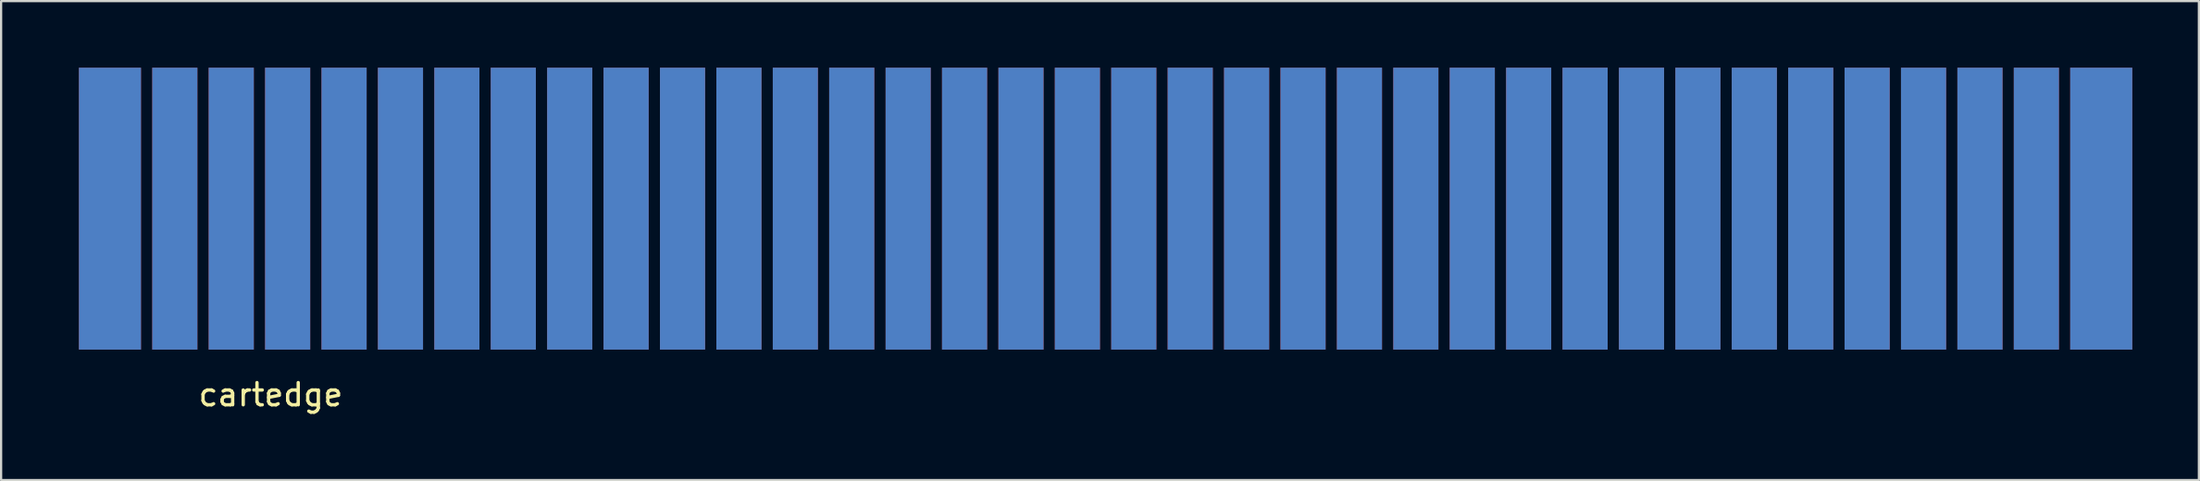
<source format=kicad_pcb>
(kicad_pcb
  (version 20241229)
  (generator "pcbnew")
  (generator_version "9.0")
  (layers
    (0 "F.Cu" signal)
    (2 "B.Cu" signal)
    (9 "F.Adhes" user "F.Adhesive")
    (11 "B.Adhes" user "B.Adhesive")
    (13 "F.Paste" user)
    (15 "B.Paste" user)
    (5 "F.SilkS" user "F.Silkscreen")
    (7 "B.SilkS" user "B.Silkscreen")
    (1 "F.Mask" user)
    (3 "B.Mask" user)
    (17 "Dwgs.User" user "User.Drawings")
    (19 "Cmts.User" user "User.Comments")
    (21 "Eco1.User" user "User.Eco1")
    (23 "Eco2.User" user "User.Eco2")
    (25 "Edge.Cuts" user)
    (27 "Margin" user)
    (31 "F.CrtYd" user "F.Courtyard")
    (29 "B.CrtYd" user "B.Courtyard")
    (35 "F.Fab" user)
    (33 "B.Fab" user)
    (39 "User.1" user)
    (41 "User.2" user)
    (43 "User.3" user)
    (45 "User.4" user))
  (footprint "cartedge"
    (layer "F.Cu")
    (at 0.25 12.7)
    (property "Reference" "cartedge" (at 8.89 2.032 0) (layer "F.SilkS") (effects (font (size 1 1) (thickness 0.15))))
    (attr through_hole)
    (pad "1" connect rect (at 1.651 -6.35) (size 2.794 12.7) (layers "F.Cu" "F.Mask"))
    (pad "2" connect rect (at 4.572 -6.35) (size 2.032 12.7) (layers "F.Cu" "F.Mask"))
    (pad "3" connect rect (at 7.112 -6.35) (size 2.032 12.7) (layers "F.Cu" "F.Mask"))
    (pad "4" connect rect (at 9.652 -6.35) (size 2.032 12.7) (layers "F.Cu" "F.Mask"))
    (pad "5" connect rect (at 12.192 -6.35) (size 2.032 12.7) (layers "F.Cu" "F.Mask"))
    (pad "6" connect rect (at 14.732 -6.35) (size 2.032 12.7) (layers "F.Cu" "F.Mask"))
    (pad "7" connect rect (at 17.272 -6.35) (size 2.032 12.7) (layers "F.Cu" "F.Mask"))
    (pad "8" connect rect (at 19.812 -6.35) (size 2.032 12.7) (layers "F.Cu" "F.Mask"))
    (pad "9" connect rect (at 22.352 -6.35) (size 2.032 12.7) (layers "F.Cu" "F.Mask"))
    (pad "10" connect rect (at 24.892 -6.35) (size 2.032 12.7) (layers "F.Cu" "F.Mask"))
    (pad "11" connect rect (at 27.432 -6.35) (size 2.032 12.7) (layers "F.Cu" "F.Mask"))
    (pad "12" connect rect (at 29.972 -6.35) (size 2.032 12.7) (layers "F.Cu" "F.Mask"))
    (pad "13" connect rect (at 32.512 -6.35) (size 2.032 12.7) (layers "F.Cu" "F.Mask"))
    (pad "14" connect rect (at 35.052 -6.35) (size 2.032 12.7) (layers "F.Cu" "F.Mask"))
    (pad "15" connect rect (at 37.592 -6.35) (size 2.032 12.7) (layers "F.Cu" "F.Mask"))
    (pad "16" connect rect (at 40.132 -6.35) (size 2.032 12.7) (layers "F.Cu" "F.Mask"))
    (pad "17" connect rect (at 42.672 -6.35) (size 2.032 12.7) (layers "F.Cu" "F.Mask"))
    (pad "18" connect rect (at 45.212 -6.35) (size 2.032 12.7) (layers "F.Cu" "F.Mask"))
    (pad "19" connect rect (at 47.752 -6.35) (size 2.032 12.7) (layers "F.Cu" "F.Mask"))
    (pad "20" connect rect (at 50.292 -6.35) (size 2.032 12.7) (layers "F.Cu" "F.Mask"))
    (pad "21" connect rect (at 52.832 -6.35) (size 2.032 12.7) (layers "F.Cu" "F.Mask"))
    (pad "22" connect rect (at 55.372 -6.35) (size 2.032 12.7) (layers "F.Cu" "F.Mask"))
    (pad "23" connect rect (at 57.912 -6.35) (size 2.032 12.7) (layers "F.Cu" "F.Mask"))
    (pad "24" connect rect (at 60.452 -6.35) (size 2.032 12.7) (layers "F.Cu" "F.Mask"))
    (pad "25" connect rect (at 62.992 -6.35) (size 2.032 12.7) (layers "F.Cu" "F.Mask"))
    (pad "26" connect rect (at 65.532 -6.35) (size 2.032 12.7) (layers "F.Cu" "F.Mask"))
    (pad "27" connect rect (at 68.072 -6.35) (size 2.032 12.7) (layers "F.Cu" "F.Mask"))
    (pad "28" connect rect (at 70.612 -6.35) (size 2.032 12.7) (layers "F.Cu" "F.Mask"))
    (pad "29" connect rect (at 73.152 -6.35) (size 2.032 12.7) (layers "F.Cu" "F.Mask"))
    (pad "30" connect rect (at 75.692 -6.35) (size 2.032 12.7) (layers "F.Cu" "F.Mask"))
    (pad "31" connect rect (at 78.232 -6.35) (size 2.032 12.7) (layers "F.Cu" "F.Mask"))
    (pad "32" connect rect (at 80.772 -6.35) (size 2.032 12.7) (layers "F.Cu" "F.Mask"))
    (pad "33" connect rect (at 83.312 -6.35) (size 2.032 12.7) (layers "F.Cu" "F.Mask"))
    (pad "34" connect rect (at 85.852 -6.35) (size 2.032 12.7) (layers "F.Cu" "F.Mask"))
    (pad "35" connect rect (at 88.392 -6.35) (size 2.032 12.7) (layers "F.Cu" "F.Mask"))
    (pad "36" connect rect (at 91.313 -6.35) (size 2.794 12.7) (layers "F.Cu" "F.Mask"))
    (pad "37" connect rect (at 1.651 -6.35) (size 2.794 12.7) (layers "B.Cu" "B.Mask"))
    (pad "38" connect rect (at 4.572 -6.35) (size 2.032 12.7) (layers "B.Cu" "B.Mask"))
    (pad "39" connect rect (at 7.112 -6.35) (size 2.032 12.7) (layers "B.Cu" "B.Mask"))
    (pad "40" connect rect (at 9.652 -6.35) (size 2.032 12.7) (layers "B.Cu" "B.Mask"))
    (pad "41" connect rect (at 12.192 -6.35) (size 2.032 12.7) (layers "B.Cu" "B.Mask"))
    (pad "42" connect rect (at 14.732 -6.35) (size 2.032 12.7) (layers "B.Cu" "B.Mask"))
    (pad "43" connect rect (at 17.272 -6.35) (size 2.032 12.7) (layers "B.Cu" "B.Mask"))
    (pad "44" connect rect (at 19.812 -6.35) (size 2.032 12.7) (layers "B.Cu" "B.Mask"))
    (pad "45" connect rect (at 22.352 -6.35) (size 2.032 12.7) (layers "B.Cu" "B.Mask"))
    (pad "46" connect rect (at 24.892 -6.35) (size 2.032 12.7) (layers "B.Cu" "B.Mask"))
    (pad "47" connect rect (at 27.432 -6.35) (size 2.032 12.7) (layers "B.Cu" "B.Mask"))
    (pad "48" connect rect (at 29.972 -6.35) (size 2.032 12.7) (layers "B.Cu" "B.Mask"))
    (pad "49" connect rect (at 32.512 -6.35) (size 2.032 12.7) (layers "B.Cu" "B.Mask"))
    (pad "50" connect rect (at 35.052 -6.35) (size 2.032 12.7) (layers "B.Cu" "B.Mask"))
    (pad "51" connect rect (at 37.592 -6.35) (size 2.032 12.7) (layers "B.Cu" "B.Mask"))
    (pad "52" connect rect (at 40.132 -6.35) (size 2.032 12.7) (layers "B.Cu" "B.Mask"))
    (pad "53" connect rect (at 42.672 -6.35) (size 2.032 12.7) (layers "B.Cu" "B.Mask"))
    (pad "54" connect rect (at 45.212 -6.35) (size 2.032 12.7) (layers "B.Cu" "B.Mask"))
    (pad "55" connect rect (at 47.752 -6.35) (size 2.032 12.7) (layers "B.Cu" "B.Mask"))
    (pad "56" connect rect (at 50.292 -6.35) (size 2.032 12.7) (layers "B.Cu" "B.Mask"))
    (pad "57" connect rect (at 52.832 -6.35) (size 2.032 12.7) (layers "B.Cu" "B.Mask"))
    (pad "58" connect rect (at 55.372 -6.35) (size 2.032 12.7) (layers "B.Cu" "B.Mask"))
    (pad "59" connect rect (at 57.912 -6.35) (size 2.032 12.7) (layers "B.Cu" "B.Mask"))
    (pad "60" connect rect (at 60.452 -6.35) (size 2.032 12.7) (layers "B.Cu" "B.Mask"))
    (pad "61" connect rect (at 62.992 -6.35) (size 2.032 12.7) (layers "B.Cu" "B.Mask"))
    (pad "62" connect rect (at 65.532 -6.35) (size 2.032 12.7) (layers "B.Cu" "B.Mask"))
    (pad "63" connect rect (at 68.072 -6.35) (size 2.032 12.7) (layers "B.Cu" "B.Mask"))
    (pad "64" connect rect (at 70.612 -6.35) (size 2.032 12.7) (layers "B.Cu" "B.Mask"))
    (pad "65" connect rect (at 73.152 -6.35) (size 2.032 12.7) (layers "B.Cu" "B.Mask"))
    (pad "66" connect rect (at 75.692 -6.35) (size 2.032 12.7) (layers "B.Cu" "B.Mask"))
    (pad "67" connect rect (at 78.232 -6.35) (size 2.032 12.7) (layers "B.Cu" "B.Mask"))
    (pad "68" connect rect (at 80.772 -6.35) (size 2.032 12.7) (layers "B.Cu" "B.Mask"))
    (pad "69" connect rect (at 83.312 -6.35) (size 2.032 12.7) (layers "B.Cu" "B.Mask"))
    (pad "70" connect rect (at 85.852 -6.35) (size 2.032 12.7) (layers "B.Cu" "B.Mask"))
    (pad "71" connect rect (at 88.392 -6.35) (size 2.032 12.7) (layers "B.Cu" "B.Mask"))
    (pad "72" connect rect (at 91.313 -6.35) (size 2.794 12.7) (layers "B.Cu" "B.Mask")))
  (gr_rect
    (start -3 -3)
    (end 95.96 18.58)
    (stroke (width 0.1) (type default))
    (fill no)
    (layer "Edge.Cuts")))
</source>
